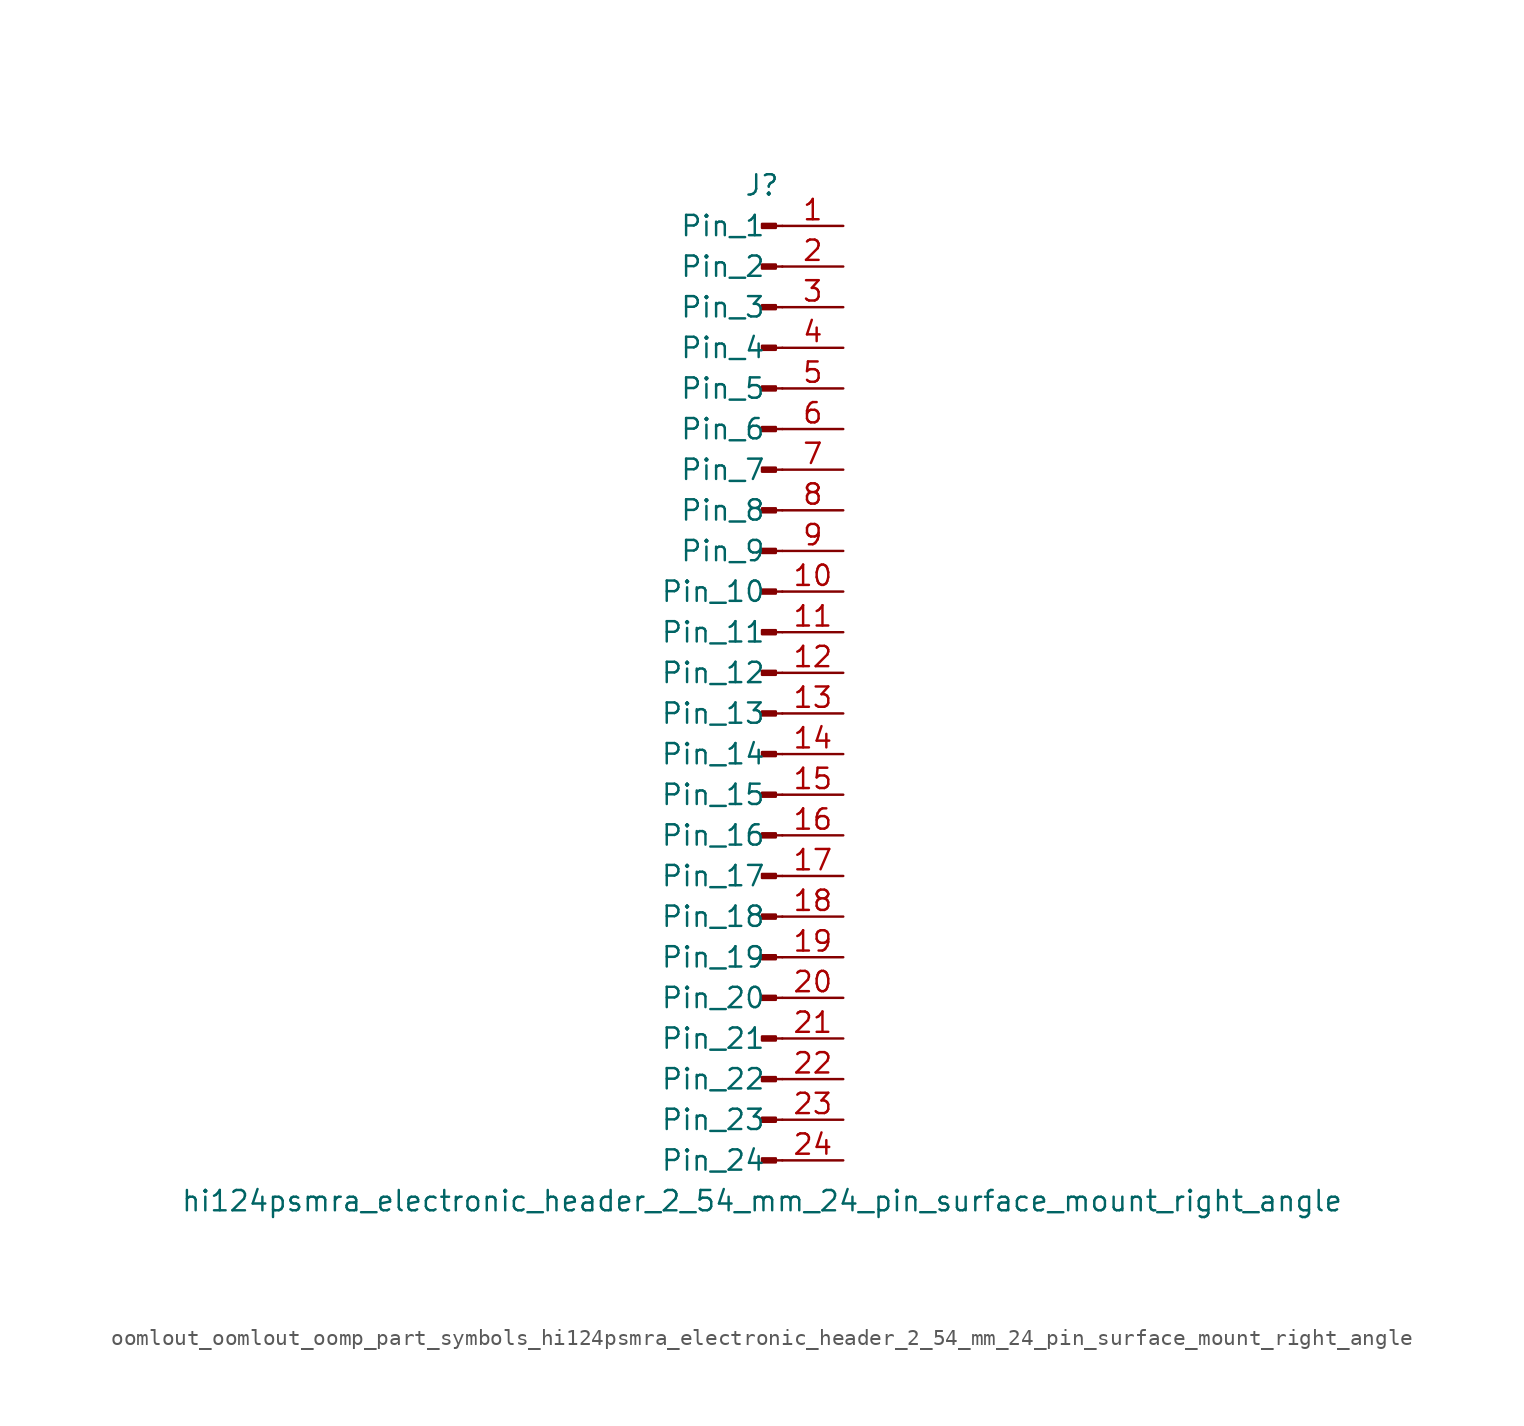
<source format=kicad_sym>
(kicad_symbol_lib
  (version 20220914)
  (generator kicad_symbol_editor)
  (symbol "oomlout_oomlout_oomp_part_symbols_hi124psmra_electronic_header_2_54_mm_24_pin_surface_mount_right_angle"
    (pin_names
      (offset 1.016))
    (property "Reference" "J"
      (at 0 30.48 0)
      (effects (font (size 1.27 1.27))))
    (property "Value" "hi124psmra_electronic_header_2_54_mm_24_pin_surface_mount_right_angle"
      (at 0 -33.02 0)
      (effects (font (size 1.27 1.27))))
    (property "ki_locked" ""
      (at 0 0 0)
      (effects (font (size 1.27 1.27))))
    (symbol "oomlout_oomlout_oomp_part_symbols_hi124psmra_electronic_header_2_54_mm_24_pin_surface_mount_right_angle_1_1"
      (polyline (pts (xy 1.27 -30.48) (xy 0.864 -30.48)) (stroke (width 0.152) (type default)) (fill (type none)))
      (polyline (pts (xy 1.27 -27.94) (xy 0.864 -27.94)) (stroke (width 0.152) (type default)) (fill (type none)))
      (polyline (pts (xy 1.27 -25.4) (xy 0.864 -25.4)) (stroke (width 0.152) (type default)) (fill (type none)))
      (polyline (pts (xy 1.27 -22.86) (xy 0.864 -22.86)) (stroke (width 0.152) (type default)) (fill (type none)))
      (polyline (pts (xy 1.27 -20.32) (xy 0.864 -20.32)) (stroke (width 0.152) (type default)) (fill (type none)))
      (polyline (pts (xy 1.27 -17.78) (xy 0.864 -17.78)) (stroke (width 0.152) (type default)) (fill (type none)))
      (polyline (pts (xy 1.27 -15.24) (xy 0.864 -15.24)) (stroke (width 0.152) (type default)) (fill (type none)))
      (polyline (pts (xy 1.27 -12.7) (xy 0.864 -12.7)) (stroke (width 0.152) (type default)) (fill (type none)))
      (polyline (pts (xy 1.27 -10.16) (xy 0.864 -10.16)) (stroke (width 0.152) (type default)) (fill (type none)))
      (polyline (pts (xy 1.27 -7.62) (xy 0.864 -7.62)) (stroke (width 0.152) (type default)) (fill (type none)))
      (polyline (pts (xy 1.27 -5.08) (xy 0.864 -5.08)) (stroke (width 0.152) (type default)) (fill (type none)))
      (polyline (pts (xy 1.27 -2.54) (xy 0.864 -2.54)) (stroke (width 0.152) (type default)) (fill (type none)))
      (polyline (pts (xy 1.27 0) (xy 0.864 0)) (stroke (width 0.152) (type default)) (fill (type none)))
      (polyline (pts (xy 1.27 2.54) (xy 0.864 2.54)) (stroke (width 0.152) (type default)) (fill (type none)))
      (polyline (pts (xy 1.27 5.08) (xy 0.864 5.08)) (stroke (width 0.152) (type default)) (fill (type none)))
      (polyline (pts (xy 1.27 7.62) (xy 0.864 7.62)) (stroke (width 0.152) (type default)) (fill (type none)))
      (polyline (pts (xy 1.27 10.16) (xy 0.864 10.16)) (stroke (width 0.152) (type default)) (fill (type none)))
      (polyline (pts (xy 1.27 12.7) (xy 0.864 12.7)) (stroke (width 0.152) (type default)) (fill (type none)))
      (polyline (pts (xy 1.27 15.24) (xy 0.864 15.24)) (stroke (width 0.152) (type default)) (fill (type none)))
      (polyline (pts (xy 1.27 17.78) (xy 0.864 17.78)) (stroke (width 0.152) (type default)) (fill (type none)))
      (polyline (pts (xy 1.27 20.32) (xy 0.864 20.32)) (stroke (width 0.152) (type default)) (fill (type none)))
      (polyline (pts (xy 1.27 22.86) (xy 0.864 22.86)) (stroke (width 0.152) (type default)) (fill (type none)))
      (polyline (pts (xy 1.27 25.4) (xy 0.864 25.4)) (stroke (width 0.152) (type default)) (fill (type none)))
      (polyline (pts (xy 1.27 27.94) (xy 0.864 27.94)) (stroke (width 0.152) (type default)) (fill (type none)))
      (rectangle (start 0.864 -30.353) (end 0 -30.607) (stroke (width 0.152) (type default)) (fill (type outline)))
      (rectangle (start 0.864 -27.813) (end 0 -28.067) (stroke (width 0.152) (type default)) (fill (type outline)))
      (rectangle (start 0.864 -25.273) (end 0 -25.527) (stroke (width 0.152) (type default)) (fill (type outline)))
      (rectangle (start 0.864 -22.733) (end 0 -22.987) (stroke (width 0.152) (type default)) (fill (type outline)))
      (rectangle (start 0.864 -20.193) (end 0 -20.447) (stroke (width 0.152) (type default)) (fill (type outline)))
      (rectangle (start 0.864 -17.653) (end 0 -17.907) (stroke (width 0.152) (type default)) (fill (type outline)))
      (rectangle (start 0.864 -15.113) (end 0 -15.367) (stroke (width 0.152) (type default)) (fill (type outline)))
      (rectangle (start 0.864 -12.573) (end 0 -12.827) (stroke (width 0.152) (type default)) (fill (type outline)))
      (rectangle (start 0.864 -10.033) (end 0 -10.287) (stroke (width 0.152) (type default)) (fill (type outline)))
      (rectangle (start 0.864 -7.493) (end 0 -7.747) (stroke (width 0.152) (type default)) (fill (type outline)))
      (rectangle (start 0.864 -4.953) (end 0 -5.207) (stroke (width 0.152) (type default)) (fill (type outline)))
      (rectangle (start 0.864 -2.413) (end 0 -2.667) (stroke (width 0.152) (type default)) (fill (type outline)))
      (rectangle (start 0.864 0.127) (end 0 -0.127) (stroke (width 0.152) (type default)) (fill (type outline)))
      (rectangle (start 0.864 2.667) (end 0 2.413) (stroke (width 0.152) (type default)) (fill (type outline)))
      (rectangle (start 0.864 5.207) (end 0 4.953) (stroke (width 0.152) (type default)) (fill (type outline)))
      (rectangle (start 0.864 7.747) (end 0 7.493) (stroke (width 0.152) (type default)) (fill (type outline)))
      (rectangle (start 0.864 10.287) (end 0 10.033) (stroke (width 0.152) (type default)) (fill (type outline)))
      (rectangle (start 0.864 12.827) (end 0 12.573) (stroke (width 0.152) (type default)) (fill (type outline)))
      (rectangle (start 0.864 15.367) (end 0 15.113) (stroke (width 0.152) (type default)) (fill (type outline)))
      (rectangle (start 0.864 17.907) (end 0 17.653) (stroke (width 0.152) (type default)) (fill (type outline)))
      (rectangle (start 0.864 20.447) (end 0 20.193) (stroke (width 0.152) (type default)) (fill (type outline)))
      (rectangle (start 0.864 22.987) (end 0 22.733) (stroke (width 0.152) (type default)) (fill (type outline)))
      (rectangle (start 0.864 25.527) (end 0 25.273) (stroke (width 0.152) (type default)) (fill (type outline)))
      (rectangle (start 0.864 28.067) (end 0 27.813) (stroke (width 0.152) (type default)) (fill (type outline)))
      (pin passive line (at 5.08 27.94 180) (length 3.81) (name "Pin_1" (effects (font (size 1.27 1.27)))) (number "1" (effects (font (size 1.27 1.27)))))
      (pin passive line (at 5.08 5.08 180) (length 3.81) (name "Pin_10" (effects (font (size 1.27 1.27)))) (number "10" (effects (font (size 1.27 1.27)))))
      (pin passive line (at 5.08 2.54 180) (length 3.81) (name "Pin_11" (effects (font (size 1.27 1.27)))) (number "11" (effects (font (size 1.27 1.27)))))
      (pin passive line (at 5.08 0 180) (length 3.81) (name "Pin_12" (effects (font (size 1.27 1.27)))) (number "12" (effects (font (size 1.27 1.27)))))
      (pin passive line (at 5.08 -2.54 180) (length 3.81) (name "Pin_13" (effects (font (size 1.27 1.27)))) (number "13" (effects (font (size 1.27 1.27)))))
      (pin passive line (at 5.08 -5.08 180) (length 3.81) (name "Pin_14" (effects (font (size 1.27 1.27)))) (number "14" (effects (font (size 1.27 1.27)))))
      (pin passive line (at 5.08 -7.62 180) (length 3.81) (name "Pin_15" (effects (font (size 1.27 1.27)))) (number "15" (effects (font (size 1.27 1.27)))))
      (pin passive line (at 5.08 -10.16 180) (length 3.81) (name "Pin_16" (effects (font (size 1.27 1.27)))) (number "16" (effects (font (size 1.27 1.27)))))
      (pin passive line (at 5.08 -12.7 180) (length 3.81) (name "Pin_17" (effects (font (size 1.27 1.27)))) (number "17" (effects (font (size 1.27 1.27)))))
      (pin passive line (at 5.08 -15.24 180) (length 3.81) (name "Pin_18" (effects (font (size 1.27 1.27)))) (number "18" (effects (font (size 1.27 1.27)))))
      (pin passive line (at 5.08 -17.78 180) (length 3.81) (name "Pin_19" (effects (font (size 1.27 1.27)))) (number "19" (effects (font (size 1.27 1.27)))))
      (pin passive line (at 5.08 25.4 180) (length 3.81) (name "Pin_2" (effects (font (size 1.27 1.27)))) (number "2" (effects (font (size 1.27 1.27)))))
      (pin passive line (at 5.08 -20.32 180) (length 3.81) (name "Pin_20" (effects (font (size 1.27 1.27)))) (number "20" (effects (font (size 1.27 1.27)))))
      (pin passive line (at 5.08 -22.86 180) (length 3.81) (name "Pin_21" (effects (font (size 1.27 1.27)))) (number "21" (effects (font (size 1.27 1.27)))))
      (pin passive line (at 5.08 -25.4 180) (length 3.81) (name "Pin_22" (effects (font (size 1.27 1.27)))) (number "22" (effects (font (size 1.27 1.27)))))
      (pin passive line (at 5.08 -27.94 180) (length 3.81) (name "Pin_23" (effects (font (size 1.27 1.27)))) (number "23" (effects (font (size 1.27 1.27)))))
      (pin passive line (at 5.08 -30.48 180) (length 3.81) (name "Pin_24" (effects (font (size 1.27 1.27)))) (number "24" (effects (font (size 1.27 1.27)))))
      (pin passive line (at 5.08 22.86 180) (length 3.81) (name "Pin_3" (effects (font (size 1.27 1.27)))) (number "3" (effects (font (size 1.27 1.27)))))
      (pin passive line (at 5.08 20.32 180) (length 3.81) (name "Pin_4" (effects (font (size 1.27 1.27)))) (number "4" (effects (font (size 1.27 1.27)))))
      (pin passive line (at 5.08 17.78 180) (length 3.81) (name "Pin_5" (effects (font (size 1.27 1.27)))) (number "5" (effects (font (size 1.27 1.27)))))
      (pin passive line (at 5.08 15.24 180) (length 3.81) (name "Pin_6" (effects (font (size 1.27 1.27)))) (number "6" (effects (font (size 1.27 1.27)))))
      (pin passive line (at 5.08 12.7 180) (length 3.81) (name "Pin_7" (effects (font (size 1.27 1.27)))) (number "7" (effects (font (size 1.27 1.27)))))
      (pin passive line (at 5.08 10.16 180) (length 3.81) (name "Pin_8" (effects (font (size 1.27 1.27)))) (number "8" (effects (font (size 1.27 1.27)))))
      (pin passive line (at 5.08 7.62 180) (length 3.81) (name "Pin_9" (effects (font (size 1.27 1.27)))) (number "9" (effects (font (size 1.27 1.27))))))))
</source>
